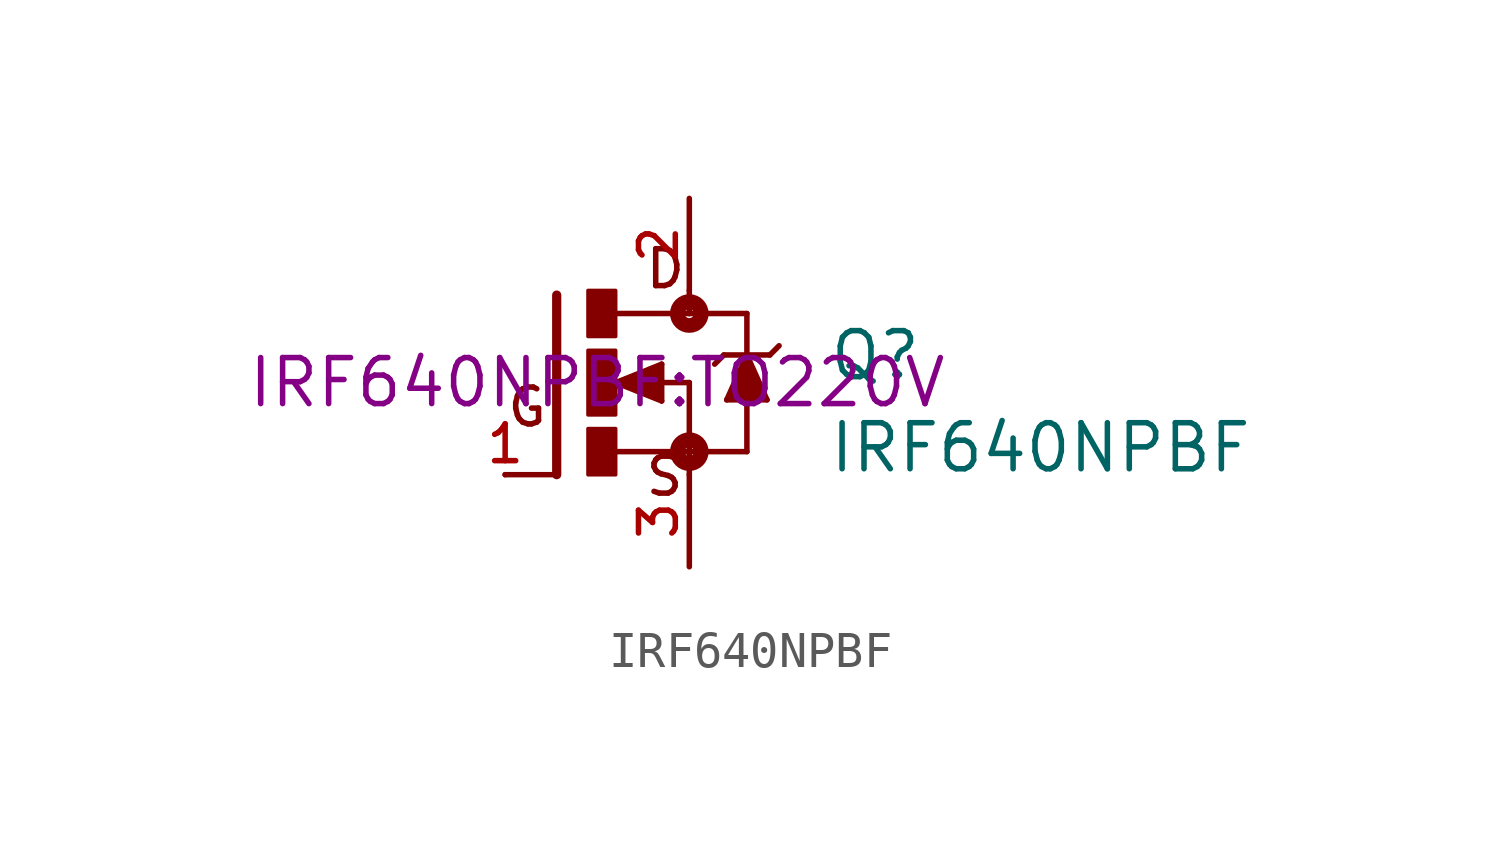
<source format=kicad_sym>
(kicad_symbol_lib
  (version 20231120)
  (generator "kicad_symbol_editor")
  (generator_version "8.0")
  (symbol "IRF640NPBF"
    (pin_names
      (offset 1.016))
    (property "Reference" "Q"
      (at 6.361 0 0)
      (effects (font (size 1.27 1.27)) (justify left bottom)))
    (property "Value" "IRF640NPBF"
      (at 6.351 -2.54 0)
      (effects (font (size 1.27 1.27)) (justify left bottom)))
    (property "Footprint" "IRF640NPBF:TO220V"
      (at 0 0 0)
      (effects (font (size 1.27 1.27))))
    (symbol "IRF640NPBF_0_0"
      (rectangle (start -0.254 -2.542) (end 0.508 -1.27) (stroke (width 0.1) (type default)) (fill (type outline)))
      (rectangle (start -0.254 -0.89) (end 0.508 0.889) (stroke (width 0.1) (type default)) (fill (type outline)))
      (rectangle (start -0.254 1.272) (end 0.508 2.54) (stroke (width 0.1) (type default)) (fill (type outline)))
      (polyline (pts (xy -1.118 -2.54) (xy -2.54 -2.54)) (stroke (width 0.152) (type default)) (fill (type none)))
      (polyline (pts (xy -1.118 2.413) (xy -1.118 -2.54)) (stroke (width 0.254) (type default)) (fill (type none)))
      (polyline (pts (xy 0.508 -1.905) (xy 2.54 -1.905)) (stroke (width 0.152) (type default)) (fill (type none)))
      (polyline (pts (xy 0.508 0) (xy 1.778 -0.508)) (stroke (width 0.152) (type default)) (fill (type none)))
      (polyline (pts (xy 0.762 0) (xy 1.651 -0.254)) (stroke (width 0.305) (type default)) (fill (type none)))
      (polyline (pts (xy 1.651 -0.254) (xy 1.651 0)) (stroke (width 0.305) (type default)) (fill (type none)))
      (polyline (pts (xy 1.651 0) (xy 1.397 0)) (stroke (width 0.305) (type default)) (fill (type none)))
      (polyline (pts (xy 1.651 0) (xy 2.54 0)) (stroke (width 0.152) (type default)) (fill (type none)))
      (polyline (pts (xy 1.651 0.254) (xy 0.762 0)) (stroke (width 0.305) (type default)) (fill (type none)))
      (polyline (pts (xy 1.778 -0.508) (xy 1.778 0.508)) (stroke (width 0.152) (type default)) (fill (type none)))
      (polyline (pts (xy 1.778 0.508) (xy 0.508 0)) (stroke (width 0.152) (type default)) (fill (type none)))
      (polyline (pts (xy 2.54 -1.905) (xy 2.54 -2.54)) (stroke (width 0.152) (type default)) (fill (type none)))
      (polyline (pts (xy 2.54 0) (xy 2.54 -1.905)) (stroke (width 0.152) (type default)) (fill (type none)))
      (polyline (pts (xy 2.54 1.905) (xy 0.533 1.905)) (stroke (width 0.152) (type default)) (fill (type none)))
      (polyline (pts (xy 2.54 1.905) (xy 4.128 1.905)) (stroke (width 0.152) (type default)) (fill (type none)))
      (polyline (pts (xy 2.54 2.54) (xy 2.54 1.905)) (stroke (width 0.152) (type default)) (fill (type none)))
      (polyline (pts (xy 3.493 0.762) (xy 3.239 0.508)) (stroke (width 0.152) (type default)) (fill (type none)))
      (polyline (pts (xy 3.493 0.762) (xy 4.128 0.762)) (stroke (width 0.152) (type default)) (fill (type none)))
      (polyline (pts (xy 3.572 -0.476) (xy 4.128 -0.476)) (stroke (width 0.152) (type default)) (fill (type none)))
      (polyline (pts (xy 4.128 -1.905) (xy 2.54 -1.905)) (stroke (width 0.152) (type default)) (fill (type none)))
      (polyline (pts (xy 4.128 -0.476) (xy 4.128 -1.905)) (stroke (width 0.152) (type default)) (fill (type none)))
      (polyline (pts (xy 4.128 -0.476) (xy 4.683 -0.476)) (stroke (width 0.152) (type default)) (fill (type none)))
      (polyline (pts (xy 4.128 0.762) (xy 3.572 -0.476)) (stroke (width 0.152) (type default)) (fill (type none)))
      (polyline (pts (xy 4.128 0.762) (xy 4.763 0.762)) (stroke (width 0.152) (type default)) (fill (type none)))
      (polyline (pts (xy 4.128 1.905) (xy 4.128 0.762)) (stroke (width 0.152) (type default)) (fill (type none)))
      (polyline (pts (xy 4.683 -0.476) (xy 4.128 0.762)) (stroke (width 0.152) (type default)) (fill (type none)))
      (polyline (pts (xy 4.763 0.762) (xy 5.016 1.016)) (stroke (width 0.152) (type default)) (fill (type none)))
      (polyline (pts (xy 4.128 0.635) (xy 3.651 -0.397) (xy 4.604 -0.397) (xy 4.128 0.635)) (stroke (width 0.152) (type default)) (fill (type outline)))
      (circle (center 2.54 -1.905) (radius 0.127) (stroke (width 0.406) (type default)) (fill (type none)))
      (circle (center 2.54 1.905) (radius 0.127) (stroke (width 0.406) (type default)) (fill (type none)))
      (text "D" (at 1.271 2.543 0) (effects (font (size 1.017 1.017)) (justify left bottom)))
      (text "G" (at -2.543 -1.272 0) (effects (font (size 1.017 1.017)) (justify left bottom)))
      (text "S" (at 1.272 -3.181 0) (effects (font (size 1.018 1.018)) (justify left bottom)))
      (pin passive line (at -2.54 -2.54 0) (length 0) (name "~" (effects (font (size 1.016 1.016)))) (number "1" (effects (font (size 1.016 1.016)))))
      (pin passive line (at 2.54 5.08 270) (length 2.54) (name "~" (effects (font (size 1.016 1.016)))) (number "2" (effects (font (size 1.016 1.016)))))
      (pin passive line (at 2.54 -5.08 90) (length 2.54) (name "~" (effects (font (size 1.016 1.016)))) (number "3" (effects (font (size 1.016 1.016))))))))
</source>
